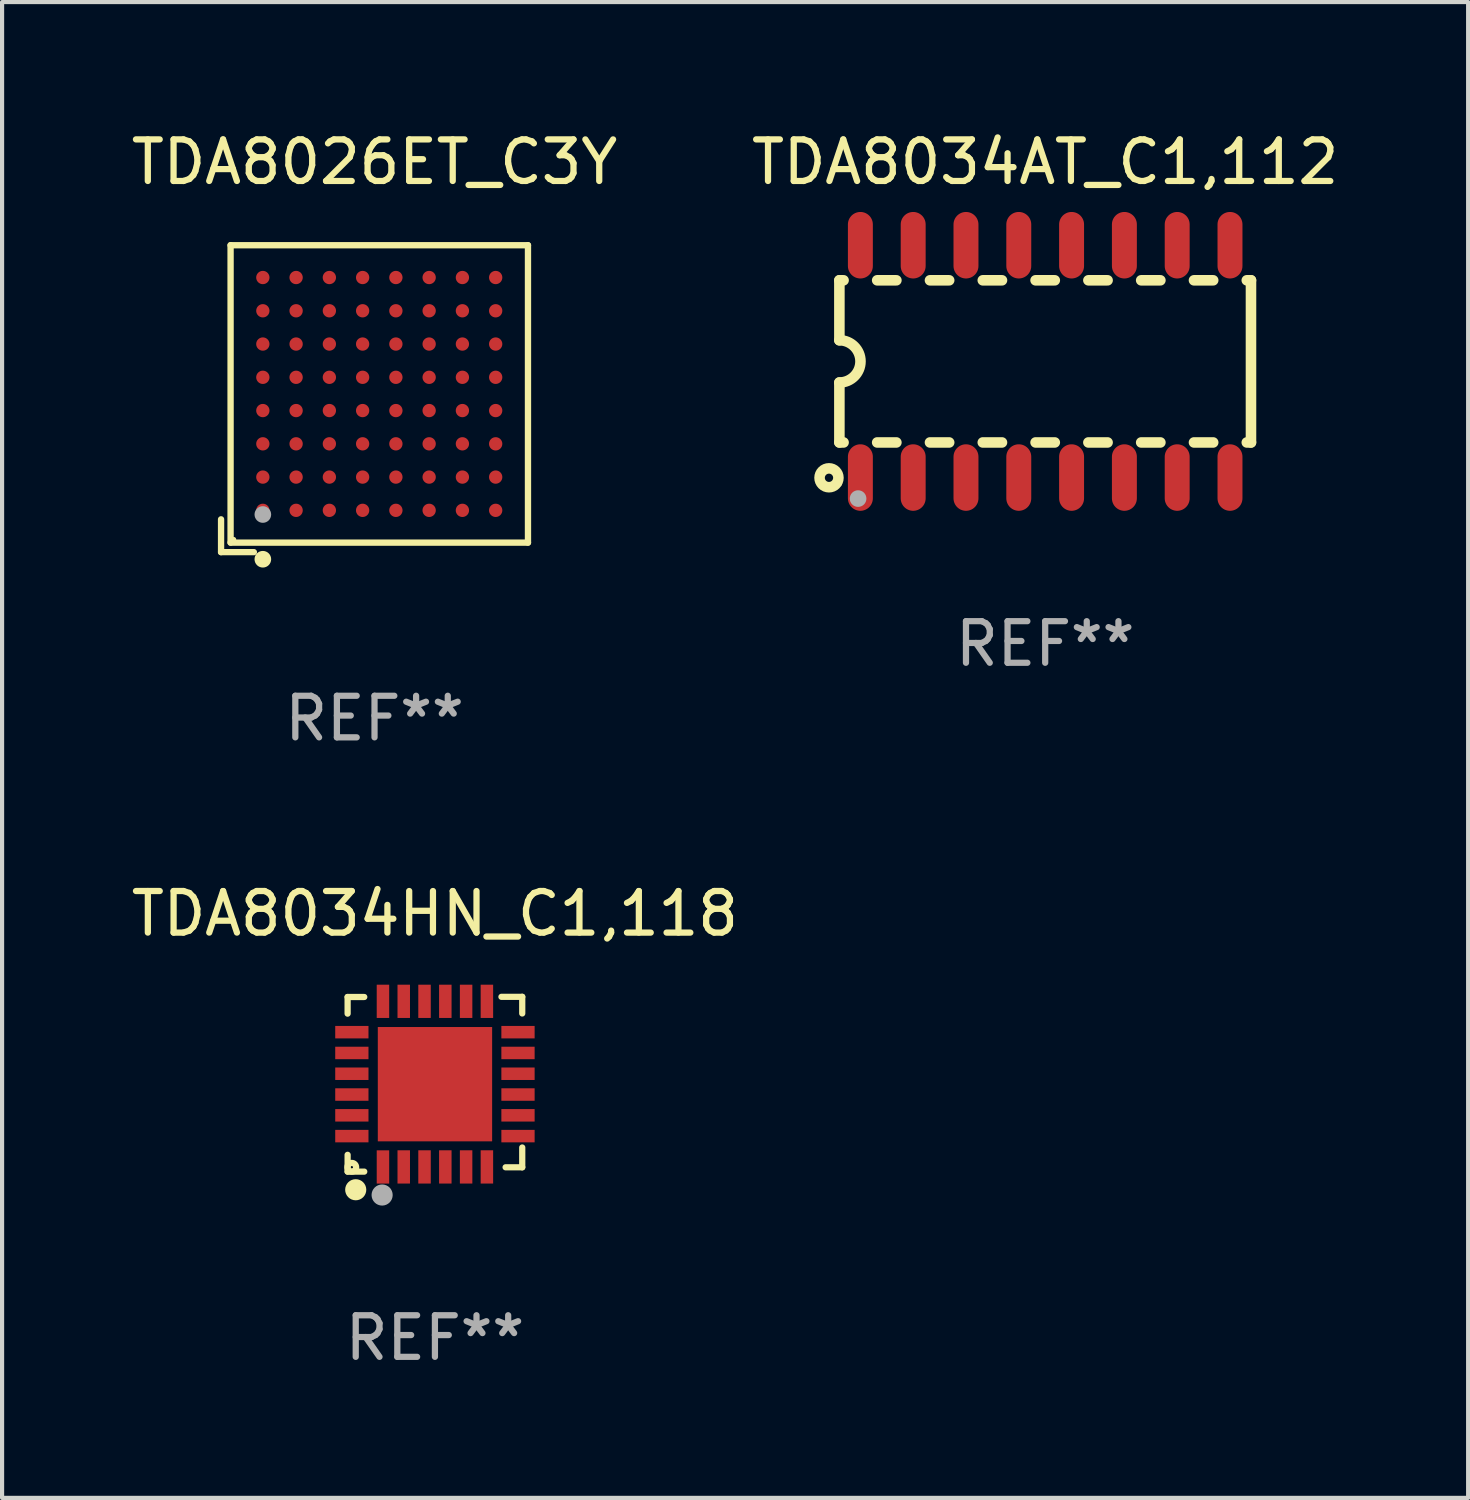
<source format=kicad_pcb>
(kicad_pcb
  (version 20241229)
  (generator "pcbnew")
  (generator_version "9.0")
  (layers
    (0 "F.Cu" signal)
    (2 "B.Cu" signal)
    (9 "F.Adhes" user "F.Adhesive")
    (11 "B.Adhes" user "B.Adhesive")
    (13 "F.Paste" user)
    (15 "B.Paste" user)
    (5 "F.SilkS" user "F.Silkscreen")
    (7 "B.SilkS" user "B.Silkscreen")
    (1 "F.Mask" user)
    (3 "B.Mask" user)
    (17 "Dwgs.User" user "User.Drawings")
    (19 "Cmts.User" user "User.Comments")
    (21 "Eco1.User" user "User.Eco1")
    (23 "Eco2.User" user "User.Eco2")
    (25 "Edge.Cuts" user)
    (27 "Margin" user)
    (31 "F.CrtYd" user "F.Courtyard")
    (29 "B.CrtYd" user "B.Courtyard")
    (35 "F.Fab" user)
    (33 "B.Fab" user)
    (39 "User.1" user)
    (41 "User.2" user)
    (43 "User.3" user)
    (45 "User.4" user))
  (footprint "TDA8034AT_C1,112"
    (layer "F.Cu")
    (at 22.089 5.642)
    (property "Reference" "TDA8034AT_C1,112" (at 0 -4.794 0) (layer "F.SilkS") (effects (font (size 1 1) (thickness 0.15))))
    (attr through_hole)
    (fp_line (start -4.95 -1.95) (end -4.95 -0.508) (stroke (width 0.254) (type solid)) (layer "F.SilkS"))
    (fp_line (start -4.95 -1.95) (end -4.849 -1.95) (stroke (width 0.254) (type solid)) (layer "F.SilkS"))
    (fp_line (start -4.95 1.95) (end -4.95 0.508) (stroke (width 0.254) (type solid)) (layer "F.SilkS"))
    (fp_line (start -4.95 1.95) (end -4.849 1.95) (stroke (width 0.254) (type solid)) (layer "F.SilkS"))
    (fp_line (start -4.041 -1.95) (end -3.579 -1.95) (stroke (width 0.254) (type solid)) (layer "F.SilkS"))
    (fp_line (start -4.041 1.95) (end -3.579 1.95) (stroke (width 0.254) (type solid)) (layer "F.SilkS"))
    (fp_line (start -2.771 -1.95) (end -2.309 -1.95) (stroke (width 0.254) (type solid)) (layer "F.SilkS"))
    (fp_line (start -2.771 1.95) (end -2.309 1.95) (stroke (width 0.254) (type solid)) (layer "F.SilkS"))
    (fp_line (start -1.501 -1.95) (end -1.039 -1.95) (stroke (width 0.254) (type solid)) (layer "F.SilkS"))
    (fp_line (start -1.501 1.95) (end -1.039 1.95) (stroke (width 0.254) (type solid)) (layer "F.SilkS"))
    (fp_line (start -0.231 -1.95) (end 0.231 -1.95) (stroke (width 0.254) (type solid)) (layer "F.SilkS"))
    (fp_line (start -0.231 1.95) (end 0.231 1.95) (stroke (width 0.254) (type solid)) (layer "F.SilkS"))
    (fp_line (start 1.039 -1.95) (end 1.501 -1.95) (stroke (width 0.254) (type solid)) (layer "F.SilkS"))
    (fp_line (start 1.039 1.95) (end 1.501 1.95) (stroke (width 0.254) (type solid)) (layer "F.SilkS"))
    (fp_line (start 2.309 -1.95) (end 2.771 -1.95) (stroke (width 0.254) (type solid)) (layer "F.SilkS"))
    (fp_line (start 2.309 1.95) (end 2.771 1.95) (stroke (width 0.254) (type solid)) (layer "F.SilkS"))
    (fp_line (start 3.579 -1.95) (end 4.041 -1.95) (stroke (width 0.254) (type solid)) (layer "F.SilkS"))
    (fp_line (start 3.579 1.95) (end 4.041 1.95) (stroke (width 0.254) (type solid)) (layer "F.SilkS"))
    (fp_line (start 4.849 -1.95) (end 4.95 -1.95) (stroke (width 0.254) (type solid)) (layer "F.SilkS"))
    (fp_line (start 4.849 1.95) (end 4.95 1.95) (stroke (width 0.254) (type solid)) (layer "F.SilkS"))
    (fp_line (start 4.95 -1.95) (end 4.95 1.95) (stroke (width 0.254) (type solid)) (layer "F.SilkS"))
    (fp_arc (start -4.95047 -0.508001) (mid -4.442469 -0.000228) (end -4.950013 0.508001) (stroke (width 0.254001) (type solid)) (layer "F.SilkS"))
    (fp_circle (center -5.2 2.8) (end -5.1 2.8) (stroke (width 0.254) (type solid)) (fill no) (layer "F.SilkS"))
    (fp_circle (center -4.95 2.947) (end -4.92 2.947) (stroke (width 0.06) (type solid)) (fill no) (layer "F.SilkS"))
    (fp_circle (center -4.5 3.3) (end -4.4 3.3) (stroke (width 0.2) (type solid)) (fill no) (layer "F.Fab"))
    (fp_text user "REF**" (at 0 6.794 0) (layer "F.Fab") (effects (font (size 1 1) (thickness 0.15))))
    (pad "1" smd oval (at -4.445 2.794) (size 0.6 1.6) (layers "F.Cu" "F.Mask" "F.Paste"))
    (pad "2" smd oval (at -3.175 2.794) (size 0.6 1.6) (layers "F.Cu" "F.Mask" "F.Paste"))
    (pad "3" smd oval (at -1.905 2.794) (size 0.6 1.6) (layers "F.Cu" "F.Mask" "F.Paste"))
    (pad "4" smd oval (at -0.635 2.794) (size 0.6 1.6) (layers "F.Cu" "F.Mask" "F.Paste"))
    (pad "5" smd oval (at 0.635 2.794) (size 0.6 1.6) (layers "F.Cu" "F.Mask" "F.Paste"))
    (pad "6" smd oval (at 1.905 2.794) (size 0.6 1.6) (layers "F.Cu" "F.Mask" "F.Paste"))
    (pad "7" smd oval (at 3.175 2.794) (size 0.6 1.6) (layers "F.Cu" "F.Mask" "F.Paste"))
    (pad "8" smd oval (at 4.445 2.794) (size 0.6 1.6) (layers "F.Cu" "F.Mask" "F.Paste"))
    (pad "9" smd oval (at 4.445 -2.794) (size 0.6 1.6) (layers "F.Cu" "F.Mask" "F.Paste"))
    (pad "10" smd oval (at 3.175 -2.794) (size 0.6 1.6) (layers "F.Cu" "F.Mask" "F.Paste"))
    (pad "11" smd oval (at 1.905 -2.794) (size 0.6 1.6) (layers "F.Cu" "F.Mask" "F.Paste"))
    (pad "12" smd oval (at 0.635 -2.794) (size 0.6 1.6) (layers "F.Cu" "F.Mask" "F.Paste"))
    (pad "13" smd oval (at -0.635 -2.794) (size 0.6 1.6) (layers "F.Cu" "F.Mask" "F.Paste"))
    (pad "14" smd oval (at -1.905 -2.794) (size 0.6 1.6) (layers "F.Cu" "F.Mask" "F.Paste"))
    (pad "15" smd oval (at -3.175 -2.794) (size 0.6 1.6) (layers "F.Cu" "F.Mask" "F.Paste"))
    (pad "16" smd oval (at -4.445 -2.794) (size 0.6 1.6) (layers "F.Cu" "F.Mask" "F.Paste")))
  (footprint "TDA8026ET_C3Y"
    (layer "F.Cu")
    (at 5.958 6.539)
    (property "Reference" "TDA8026ET_C3Y" (at 0 -5.691 0) (layer "F.SilkS") (effects (font (size 1 1) (thickness 0.15))))
    (attr through_hole)
    (fp_line (start -3.691 2.902) (end -3.691 3.691) (stroke (width 0.152) (type solid)) (layer "F.SilkS"))
    (fp_line (start -3.691 3.691) (end -2.902 3.691) (stroke (width 0.152) (type solid)) (layer "F.SilkS"))
    (fp_line (start -3.462 -3.691) (end 3.691 -3.691) (stroke (width 0.152) (type solid)) (layer "F.SilkS"))
    (fp_line (start -3.462 3.462) (end -3.462 -3.691) (stroke (width 0.152) (type solid)) (layer "F.SilkS"))
    (fp_line (start 3.691 -3.691) (end 3.691 3.462) (stroke (width 0.152) (type solid)) (layer "F.SilkS"))
    (fp_line (start 3.691 3.462) (end -3.462 3.462) (stroke (width 0.152) (type solid)) (layer "F.SilkS"))
    (fp_circle (center -3.386 3.386) (end -3.356 3.386) (stroke (width 0.06) (type solid)) (fill no) (layer "F.SilkS"))
    (fp_circle (center -2.686 3.862) (end -2.586 3.862) (stroke (width 0.2) (type solid)) (fill no) (layer "F.SilkS"))
    (fp_circle (center -2.686 2.786) (end -2.586 2.786) (stroke (width 0.2) (type solid)) (fill no) (layer "F.Fab"))
    (fp_text user "REF**" (at 0 7.691 0) (layer "F.Fab") (effects (font (size 1 1) (thickness 0.15))))
    (pad "A1" smd circle (at -2.686 2.686) (size 0.32 0.32) (layers "F.Cu" "F.Mask" "F.Paste"))
    (pad "A2" smd circle (at -2.686 1.886) (size 0.32 0.32) (layers "F.Cu" "F.Mask" "F.Paste"))
    (pad "A3" smd circle (at -2.686 1.086) (size 0.32 0.32) (layers "F.Cu" "F.Mask" "F.Paste"))
    (pad "A4" smd circle (at -2.686 0.286) (size 0.32 0.32) (layers "F.Cu" "F.Mask" "F.Paste"))
    (pad "A5" smd circle (at -2.686 -0.514) (size 0.32 0.32) (layers "F.Cu" "F.Mask" "F.Paste"))
    (pad "A6" smd circle (at -2.686 -1.314) (size 0.32 0.32) (layers "F.Cu" "F.Mask" "F.Paste"))
    (pad "A7" smd circle (at -2.686 -2.114) (size 0.32 0.32) (layers "F.Cu" "F.Mask" "F.Paste"))
    (pad "A8" smd circle (at -2.686 -2.914) (size 0.32 0.32) (layers "F.Cu" "F.Mask" "F.Paste"))
    (pad "B1" smd circle (at -1.886 2.686) (size 0.32 0.32) (layers "F.Cu" "F.Mask" "F.Paste"))
    (pad "B2" smd circle (at -1.886 1.886) (size 0.32 0.32) (layers "F.Cu" "F.Mask" "F.Paste"))
    (pad "B3" smd circle (at -1.886 1.086) (size 0.32 0.32) (layers "F.Cu" "F.Mask" "F.Paste"))
    (pad "B4" smd circle (at -1.886 0.286) (size 0.32 0.32) (layers "F.Cu" "F.Mask" "F.Paste"))
    (pad "B5" smd circle (at -1.886 -0.514) (size 0.32 0.32) (layers "F.Cu" "F.Mask" "F.Paste"))
    (pad "B6" smd circle (at -1.886 -1.314) (size 0.32 0.32) (layers "F.Cu" "F.Mask" "F.Paste"))
    (pad "B7" smd circle (at -1.886 -2.114) (size 0.32 0.32) (layers "F.Cu" "F.Mask" "F.Paste"))
    (pad "B8" smd circle (at -1.886 -2.914) (size 0.32 0.32) (layers "F.Cu" "F.Mask" "F.Paste"))
    (pad "C1" smd circle (at -1.086 2.686) (size 0.32 0.32) (layers "F.Cu" "F.Mask" "F.Paste"))
    (pad "C2" smd circle (at -1.086 1.886) (size 0.32 0.32) (layers "F.Cu" "F.Mask" "F.Paste"))
    (pad "C3" smd circle (at -1.086 1.086) (size 0.32 0.32) (layers "F.Cu" "F.Mask" "F.Paste"))
    (pad "C4" smd circle (at -1.086 0.286) (size 0.32 0.32) (layers "F.Cu" "F.Mask" "F.Paste"))
    (pad "C5" smd circle (at -1.086 -0.514) (size 0.32 0.32) (layers "F.Cu" "F.Mask" "F.Paste"))
    (pad "C6" smd circle (at -1.086 -1.314) (size 0.32 0.32) (layers "F.Cu" "F.Mask" "F.Paste"))
    (pad "C7" smd circle (at -1.086 -2.114) (size 0.32 0.32) (layers "F.Cu" "F.Mask" "F.Paste"))
    (pad "C8" smd circle (at -1.086 -2.914) (size 0.32 0.32) (layers "F.Cu" "F.Mask" "F.Paste"))
    (pad "D1" smd circle (at -0.286 2.686) (size 0.32 0.32) (layers "F.Cu" "F.Mask" "F.Paste"))
    (pad "D2" smd circle (at -0.286 1.886) (size 0.32 0.32) (layers "F.Cu" "F.Mask" "F.Paste"))
    (pad "D3" smd circle (at -0.286 1.086) (size 0.32 0.32) (layers "F.Cu" "F.Mask" "F.Paste"))
    (pad "D4" smd circle (at -0.286 0.286) (size 0.32 0.32) (layers "F.Cu" "F.Mask" "F.Paste"))
    (pad "D5" smd circle (at -0.286 -0.514) (size 0.32 0.32) (layers "F.Cu" "F.Mask" "F.Paste"))
    (pad "D6" smd circle (at -0.286 -1.314) (size 0.32 0.32) (layers "F.Cu" "F.Mask" "F.Paste"))
    (pad "D7" smd circle (at -0.286 -2.114) (size 0.32 0.32) (layers "F.Cu" "F.Mask" "F.Paste"))
    (pad "D8" smd circle (at -0.286 -2.914) (size 0.32 0.32) (layers "F.Cu" "F.Mask" "F.Paste"))
    (pad "E1" smd circle (at 0.514 2.686) (size 0.32 0.32) (layers "F.Cu" "F.Mask" "F.Paste"))
    (pad "E2" smd circle (at 0.514 1.886) (size 0.32 0.32) (layers "F.Cu" "F.Mask" "F.Paste"))
    (pad "E3" smd circle (at 0.514 1.086) (size 0.32 0.32) (layers "F.Cu" "F.Mask" "F.Paste"))
    (pad "E4" smd circle (at 0.514 0.286) (size 0.32 0.32) (layers "F.Cu" "F.Mask" "F.Paste"))
    (pad "E5" smd circle (at 0.514 -0.514) (size 0.32 0.32) (layers "F.Cu" "F.Mask" "F.Paste"))
    (pad "E6" smd circle (at 0.514 -1.314) (size 0.32 0.32) (layers "F.Cu" "F.Mask" "F.Paste"))
    (pad "E7" smd circle (at 0.514 -2.114) (size 0.32 0.32) (layers "F.Cu" "F.Mask" "F.Paste"))
    (pad "E8" smd circle (at 0.514 -2.914) (size 0.32 0.32) (layers "F.Cu" "F.Mask" "F.Paste"))
    (pad "F1" smd circle (at 1.314 2.686) (size 0.32 0.32) (layers "F.Cu" "F.Mask" "F.Paste"))
    (pad "F2" smd circle (at 1.314 1.886) (size 0.32 0.32) (layers "F.Cu" "F.Mask" "F.Paste"))
    (pad "F3" smd circle (at 1.314 1.086) (size 0.32 0.32) (layers "F.Cu" "F.Mask" "F.Paste"))
    (pad "F4" smd circle (at 1.314 0.286) (size 0.32 0.32) (layers "F.Cu" "F.Mask" "F.Paste"))
    (pad "F5" smd circle (at 1.314 -0.514) (size 0.32 0.32) (layers "F.Cu" "F.Mask" "F.Paste"))
    (pad "F6" smd circle (at 1.314 -1.314) (size 0.32 0.32) (layers "F.Cu" "F.Mask" "F.Paste"))
    (pad "F7" smd circle (at 1.314 -2.114) (size 0.32 0.32) (layers "F.Cu" "F.Mask" "F.Paste"))
    (pad "F8" smd circle (at 1.314 -2.914) (size 0.32 0.32) (layers "F.Cu" "F.Mask" "F.Paste"))
    (pad "G1" smd circle (at 2.114 2.686) (size 0.32 0.32) (layers "F.Cu" "F.Mask" "F.Paste"))
    (pad "G2" smd circle (at 2.114 1.886) (size 0.32 0.32) (layers "F.Cu" "F.Mask" "F.Paste"))
    (pad "G3" smd circle (at 2.114 1.086) (size 0.32 0.32) (layers "F.Cu" "F.Mask" "F.Paste"))
    (pad "G4" smd circle (at 2.114 0.286) (size 0.32 0.32) (layers "F.Cu" "F.Mask" "F.Paste"))
    (pad "G5" smd circle (at 2.114 -0.514) (size 0.32 0.32) (layers "F.Cu" "F.Mask" "F.Paste"))
    (pad "G6" smd circle (at 2.114 -1.314) (size 0.32 0.32) (layers "F.Cu" "F.Mask" "F.Paste"))
    (pad "G7" smd circle (at 2.114 -2.114) (size 0.32 0.32) (layers "F.Cu" "F.Mask" "F.Paste"))
    (pad "G8" smd circle (at 2.114 -2.914) (size 0.32 0.32) (layers "F.Cu" "F.Mask" "F.Paste"))
    (pad "H1" smd circle (at 2.914 2.686) (size 0.32 0.32) (layers "F.Cu" "F.Mask" "F.Paste"))
    (pad "H2" smd circle (at 2.914 1.886) (size 0.32 0.32) (layers "F.Cu" "F.Mask" "F.Paste"))
    (pad "H3" smd circle (at 2.914 1.086) (size 0.32 0.32) (layers "F.Cu" "F.Mask" "F.Paste"))
    (pad "H4" smd circle (at 2.914 0.286) (size 0.32 0.32) (layers "F.Cu" "F.Mask" "F.Paste"))
    (pad "H5" smd circle (at 2.914 -0.514) (size 0.32 0.32) (layers "F.Cu" "F.Mask" "F.Paste"))
    (pad "H6" smd circle (at 2.914 -1.314) (size 0.32 0.32) (layers "F.Cu" "F.Mask" "F.Paste"))
    (pad "H7" smd circle (at 2.914 -2.114) (size 0.32 0.32) (layers "F.Cu" "F.Mask" "F.Paste"))
    (pad "H8" smd circle (at 2.914 -2.914) (size 0.32 0.32) (layers "F.Cu" "F.Mask" "F.Paste")))
  (footprint "TDA8034HN_C1,118"
    (layer "F.Cu")
    (at 7.411 23.028)
    (property "Reference" "TDA8034HN_C1,118" (at 0 -4.102 0) (layer "F.SilkS") (effects (font (size 1 1) (thickness 0.15))))
    (attr through_hole)
    (fp_line (start -2.1 -2.098) (end -1.7 -2.098) (stroke (width 0.15) (type solid)) (layer "F.SilkS"))
    (fp_line (start -2.1 -1.698) (end -2.1 -2.098) (stroke (width 0.15) (type solid)) (layer "F.SilkS"))
    (fp_line (start -2.1 2.102) (end -2.1 1.698) (stroke (width 0.15) (type solid)) (layer "F.SilkS"))
    (fp_line (start -1.7 2.102) (end -2.1 2.102) (stroke (width 0.15) (type solid)) (layer "F.SilkS"))
    (fp_line (start 1.6 -2.102) (end 2.1 -2.102) (stroke (width 0.15) (type solid)) (layer "F.SilkS"))
    (fp_line (start 1.7 1.998) (end 2.1 1.998) (stroke (width 0.15) (type solid)) (layer "F.SilkS"))
    (fp_line (start 2.1 -2.102) (end 2.1 -1.702) (stroke (width 0.15) (type solid)) (layer "F.SilkS"))
    (fp_line (start 2.1 1.998) (end 2.1 1.522) (stroke (width 0.15) (type solid)) (layer "F.SilkS"))
    (fp_circle (center -2 1.998) (end -1.97 1.998) (stroke (width 0.15) (type solid)) (fill no) (layer "F.SilkS"))
    (fp_circle (center -1.905 2.538) (end -1.778 2.538) (stroke (width 0.254) (type solid)) (fill no) (layer "F.SilkS"))
    (fp_circle (center -1.27 2.665) (end -1.143 2.665) (stroke (width 0.254) (type solid)) (fill no) (layer "F.Fab"))
    (fp_text user "REF**" (at 0 6.102 0) (layer "F.Fab") (effects (font (size 1 1) (thickness 0.15))))
    (pad "1" smd rect (at -1.25 1.99 180) (size 0.3 0.8) (layers "F.Cu" "F.Mask" "F.Paste"))
    (pad "2" smd rect (at -0.75 1.989 180) (size 0.3 0.8) (layers "F.Cu" "F.Mask" "F.Paste"))
    (pad "3" smd rect (at -0.25 1.989 180) (size 0.3 0.8) (layers "F.Cu" "F.Mask" "F.Paste"))
    (pad "4" smd rect (at 0.25 1.989 180) (size 0.3 0.8) (layers "F.Cu" "F.Mask" "F.Paste"))
    (pad "5" smd rect (at 0.75 1.989 180) (size 0.3 0.8) (layers "F.Cu" "F.Mask" "F.Paste"))
    (pad "6" smd rect (at 1.25 1.989 180) (size 0.3 0.8) (layers "F.Cu" "F.Mask" "F.Paste"))
    (pad "7" smd rect (at 1.998 1.248 270) (size 0.3 0.8) (layers "F.Cu" "F.Mask" "F.Paste"))
    (pad "8" smd rect (at 1.998 0.748 270) (size 0.3 0.8) (layers "F.Cu" "F.Mask" "F.Paste"))
    (pad "9" smd rect (at 1.998 0.248 270) (size 0.3 0.8) (layers "F.Cu" "F.Mask" "F.Paste"))
    (pad "10" smd rect (at 1.998 -0.252 270) (size 0.3 0.8) (layers "F.Cu" "F.Mask" "F.Paste"))
    (pad "11" smd rect (at 1.998 -0.752 270) (size 0.3 0.8) (layers "F.Cu" "F.Mask" "F.Paste"))
    (pad "12" smd rect (at 1.998 -1.252 270) (size 0.3 0.8) (layers "F.Cu" "F.Mask" "F.Paste"))
    (pad "13" smd rect (at 1.25 -1.994) (size 0.3 0.8) (layers "F.Cu" "F.Mask" "F.Paste"))
    (pad "14" smd rect (at 0.75 -1.994) (size 0.3 0.8) (layers "F.Cu" "F.Mask" "F.Paste"))
    (pad "15" smd rect (at 0.25 -1.994) (size 0.3 0.8) (layers "F.Cu" "F.Mask" "F.Paste"))
    (pad "16" smd rect (at -0.25 -1.994) (size 0.3 0.8) (layers "F.Cu" "F.Mask" "F.Paste"))
    (pad "17" smd rect (at -0.75 -1.994) (size 0.3 0.8) (layers "F.Cu" "F.Mask" "F.Paste"))
    (pad "18" smd rect (at -1.25 -1.994) (size 0.3 0.8) (layers "F.Cu" "F.Mask" "F.Paste"))
    (pad "19" smd rect (at -1.998 -1.252 90) (size 0.3 0.8) (layers "F.Cu" "F.Mask" "F.Paste"))
    (pad "20" smd rect (at -1.998 -0.752 90) (size 0.3 0.8) (layers "F.Cu" "F.Mask" "F.Paste"))
    (pad "21" smd rect (at -1.998 -0.252 90) (size 0.3 0.8) (layers "F.Cu" "F.Mask" "F.Paste"))
    (pad "22" smd rect (at -1.998 0.248 90) (size 0.3 0.8) (layers "F.Cu" "F.Mask" "F.Paste"))
    (pad "23" smd rect (at -1.998 0.748 90) (size 0.3 0.8) (layers "F.Cu" "F.Mask" "F.Paste"))
    (pad "24" smd rect (at -1.998 1.248 90) (size 0.3 0.8) (layers "F.Cu" "F.Mask" "F.Paste"))
    (pad "25" smd rect (at 0.001 -0.001 90) (size 2.75 2.75) (layers "F.Cu" "F.Mask" "F.Paste")))
  (gr_rect
    (start -3 -3)
    (end 32.262 32.978)
    (stroke (width 0.1) (type default))
    (fill no)
    (layer "Edge.Cuts")))
</source>
